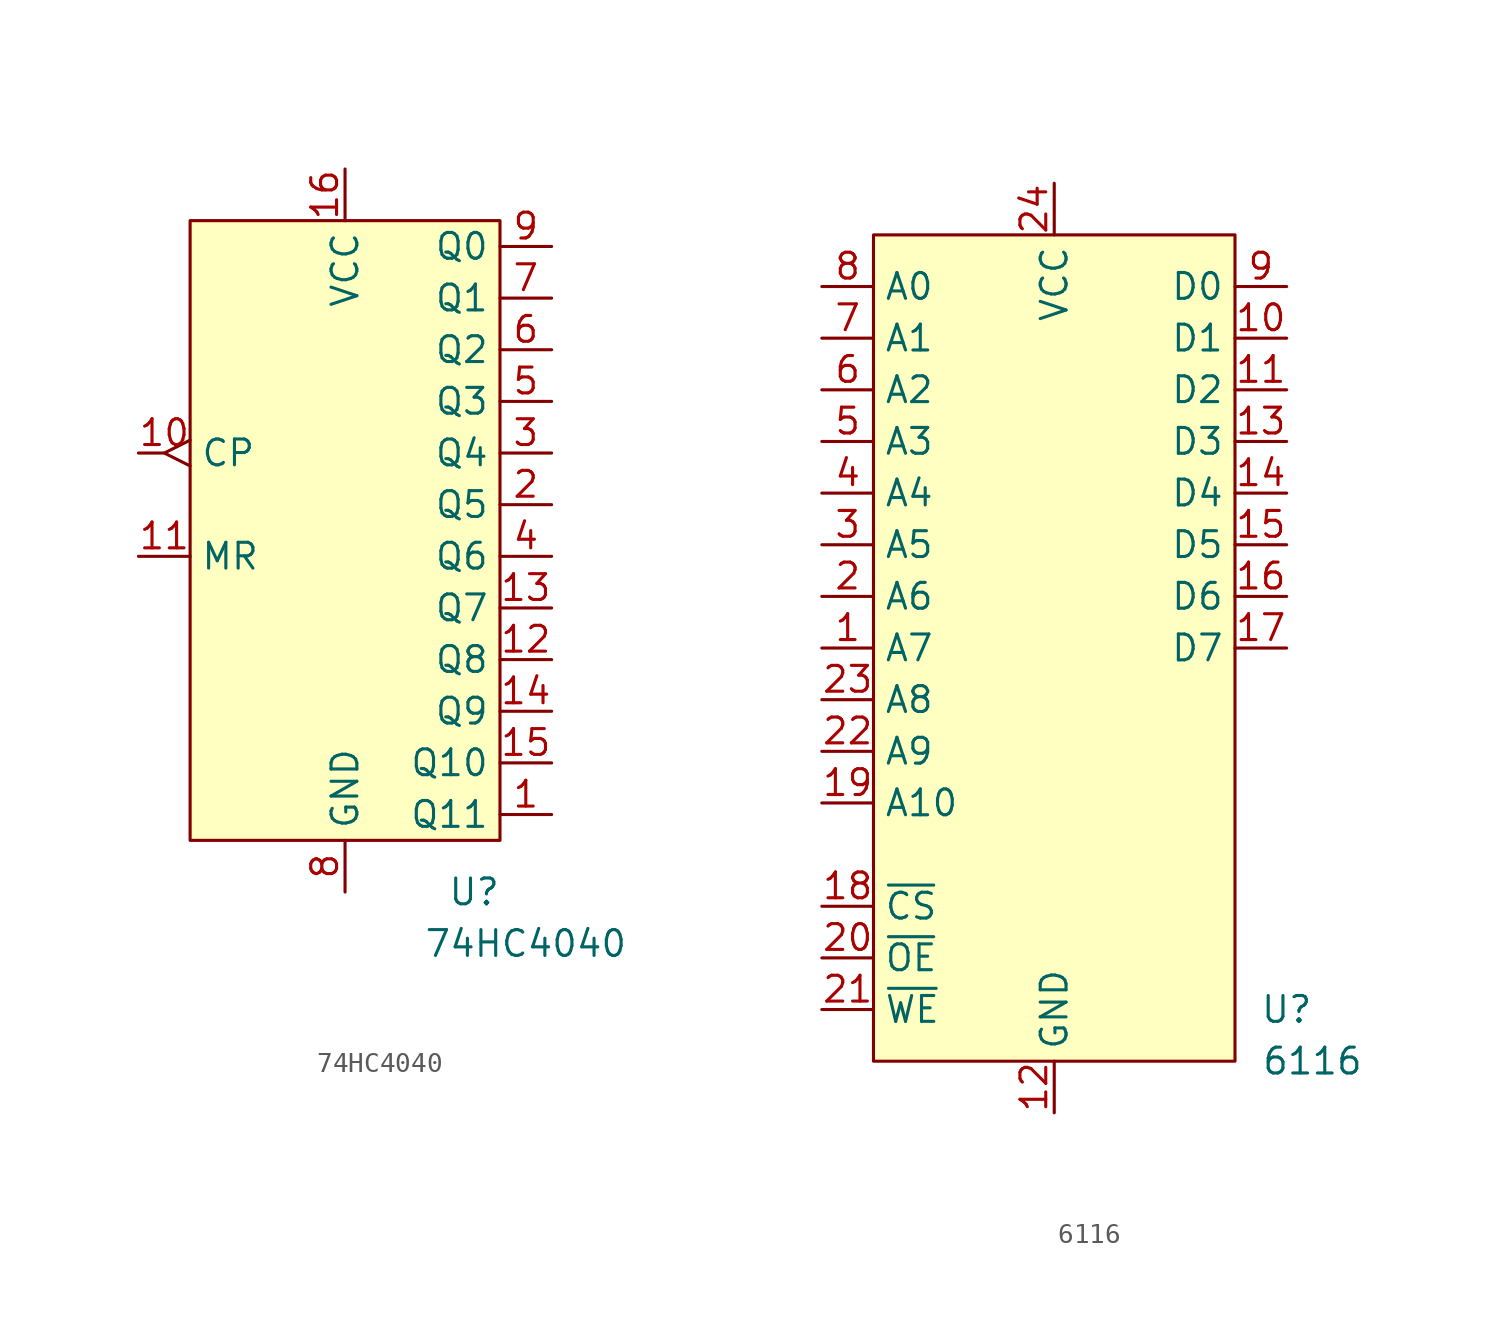
<source format=kicad_sym>
(kicad_symbol_lib
  (version 20220914)
  (generator kicad_symbol_editor)
  (symbol "74HC4040"
    (property "Reference" "U"
      (at 6.35 -19.05 0)
      (effects (font (size 1.27 1.27))))
    (property "Value" "74HC4040"
      (at 8.89 -21.59 0)
      (effects (font (size 1.27 1.27))))
    (symbol "74HC4040_1_1"
      (rectangle (start -7.62 13.97) (end 7.62 -16.51) (stroke (width 0) (type default)) (fill (type background)))
      (pin output line (at 10.16 -15.24 180) (length 2.54) (name "Q11" (effects (font (size 1.27 1.27)))) (number "1" (effects (font (size 1.27 1.27)))))
      (pin input edge_clock_high (at -10.16 2.54 0) (length 2.54) (name "CP" (effects (font (size 1.27 1.27)))) (number "10" (effects (font (size 1.27 1.27)))))
      (pin input line (at -10.16 -2.54 0) (length 2.54) (name "MR" (effects (font (size 1.27 1.27)))) (number "11" (effects (font (size 1.27 1.27)))))
      (pin output line (at 10.16 -7.62 180) (length 2.54) (name "Q8" (effects (font (size 1.27 1.27)))) (number "12" (effects (font (size 1.27 1.27)))))
      (pin output line (at 10.16 -5.08 180) (length 2.54) (name "Q7" (effects (font (size 1.27 1.27)))) (number "13" (effects (font (size 1.27 1.27)))))
      (pin output line (at 10.16 -10.16 180) (length 2.54) (name "Q9" (effects (font (size 1.27 1.27)))) (number "14" (effects (font (size 1.27 1.27)))))
      (pin output line (at 10.16 -12.7 180) (length 2.54) (name "Q10" (effects (font (size 1.27 1.27)))) (number "15" (effects (font (size 1.27 1.27)))))
      (pin power_in line (at 0 16.51 270) (length 2.54) (name "VCC" (effects (font (size 1.27 1.27)))) (number "16" (effects (font (size 1.27 1.27)))))
      (pin output line (at 10.16 0 180) (length 2.54) (name "Q5" (effects (font (size 1.27 1.27)))) (number "2" (effects (font (size 1.27 1.27)))))
      (pin output line (at 10.16 2.54 180) (length 2.54) (name "Q4" (effects (font (size 1.27 1.27)))) (number "3" (effects (font (size 1.27 1.27)))))
      (pin output line (at 10.16 -2.54 180) (length 2.54) (name "Q6" (effects (font (size 1.27 1.27)))) (number "4" (effects (font (size 1.27 1.27)))))
      (pin output line (at 10.16 5.08 180) (length 2.54) (name "Q3" (effects (font (size 1.27 1.27)))) (number "5" (effects (font (size 1.27 1.27)))))
      (pin output line (at 10.16 7.62 180) (length 2.54) (name "Q2" (effects (font (size 1.27 1.27)))) (number "6" (effects (font (size 1.27 1.27)))))
      (pin output line (at 10.16 10.16 180) (length 2.54) (name "Q1" (effects (font (size 1.27 1.27)))) (number "7" (effects (font (size 1.27 1.27)))))
      (pin power_in line (at 0 -19.05 90) (length 2.54) (name "GND" (effects (font (size 1.27 1.27)))) (number "8" (effects (font (size 1.27 1.27)))))
      (pin output line (at 10.16 12.7 180) (length 2.54) (name "Q0" (effects (font (size 1.27 1.27)))) (number "9" (effects (font (size 1.27 1.27)))))))
  (symbol "6116"
    (property "Reference" "U"
      (at 11.43 -19.05 0)
      (effects (font (size 1.27 1.27))))
    (property "Value" "6116"
      (at 12.7 -21.59 0)
      (effects (font (size 1.27 1.27))))
    (symbol "6116_1_1"
      (rectangle (start -8.89 19.05) (end 8.89 -21.59) (stroke (width 0) (type default)) (fill (type background)))
      (pin input line (at -11.43 -1.27 0) (length 2.54) (name "A7" (effects (font (size 1.27 1.27)))) (number "1" (effects (font (size 1.27 1.27)))))
      (pin bidirectional line (at 11.43 13.97 180) (length 2.54) (name "D1" (effects (font (size 1.27 1.27)))) (number "10" (effects (font (size 1.27 1.27)))))
      (pin bidirectional line (at 11.43 11.43 180) (length 2.54) (name "D2" (effects (font (size 1.27 1.27)))) (number "11" (effects (font (size 1.27 1.27)))))
      (pin power_in line (at 0 -24.13 90) (length 2.54) (name "GND" (effects (font (size 1.27 1.27)))) (number "12" (effects (font (size 1.27 1.27)))))
      (pin bidirectional line (at 11.43 8.89 180) (length 2.54) (name "D3" (effects (font (size 1.27 1.27)))) (number "13" (effects (font (size 1.27 1.27)))))
      (pin bidirectional line (at 11.43 6.35 180) (length 2.54) (name "D4" (effects (font (size 1.27 1.27)))) (number "14" (effects (font (size 1.27 1.27)))))
      (pin bidirectional line (at 11.43 3.81 180) (length 2.54) (name "D5" (effects (font (size 1.27 1.27)))) (number "15" (effects (font (size 1.27 1.27)))))
      (pin bidirectional line (at 11.43 1.27 180) (length 2.54) (name "D6" (effects (font (size 1.27 1.27)))) (number "16" (effects (font (size 1.27 1.27)))))
      (pin bidirectional line (at 11.43 -1.27 180) (length 2.54) (name "D7" (effects (font (size 1.27 1.27)))) (number "17" (effects (font (size 1.27 1.27)))))
      (pin input line (at -11.43 -13.97 0) (length 2.54) (name "~{CS}" (effects (font (size 1.27 1.27)))) (number "18" (effects (font (size 1.27 1.27)))))
      (pin input line (at -11.43 -8.89 0) (length 2.54) (name "A10" (effects (font (size 1.27 1.27)))) (number "19" (effects (font (size 1.27 1.27)))))
      (pin input line (at -11.43 1.27 0) (length 2.54) (name "A6" (effects (font (size 1.27 1.27)))) (number "2" (effects (font (size 1.27 1.27)))))
      (pin input line (at -11.43 -16.51 0) (length 2.54) (name "~{OE}" (effects (font (size 1.27 1.27)))) (number "20" (effects (font (size 1.27 1.27)))))
      (pin input line (at -11.43 -19.05 0) (length 2.54) (name "~{WE}" (effects (font (size 1.27 1.27)))) (number "21" (effects (font (size 1.27 1.27)))))
      (pin input line (at -11.43 -6.35 0) (length 2.54) (name "A9" (effects (font (size 1.27 1.27)))) (number "22" (effects (font (size 1.27 1.27)))))
      (pin input line (at -11.43 -3.81 0) (length 2.54) (name "A8" (effects (font (size 1.27 1.27)))) (number "23" (effects (font (size 1.27 1.27)))))
      (pin power_in line (at 0 21.59 270) (length 2.54) (name "VCC" (effects (font (size 1.27 1.27)))) (number "24" (effects (font (size 1.27 1.27)))))
      (pin input line (at -11.43 3.81 0) (length 2.54) (name "A5" (effects (font (size 1.27 1.27)))) (number "3" (effects (font (size 1.27 1.27)))))
      (pin input line (at -11.43 6.35 0) (length 2.54) (name "A4" (effects (font (size 1.27 1.27)))) (number "4" (effects (font (size 1.27 1.27)))))
      (pin input line (at -11.43 8.89 0) (length 2.54) (name "A3" (effects (font (size 1.27 1.27)))) (number "5" (effects (font (size 1.27 1.27)))))
      (pin input line (at -11.43 11.43 0) (length 2.54) (name "A2" (effects (font (size 1.27 1.27)))) (number "6" (effects (font (size 1.27 1.27)))))
      (pin input line (at -11.43 13.97 0) (length 2.54) (name "A1" (effects (font (size 1.27 1.27)))) (number "7" (effects (font (size 1.27 1.27)))))
      (pin input line (at -11.43 16.51 0) (length 2.54) (name "A0" (effects (font (size 1.27 1.27)))) (number "8" (effects (font (size 1.27 1.27)))))
      (pin bidirectional line (at 11.43 16.51 180) (length 2.54) (name "D0" (effects (font (size 1.27 1.27)))) (number "9" (effects (font (size 1.27 1.27))))))))
</source>
